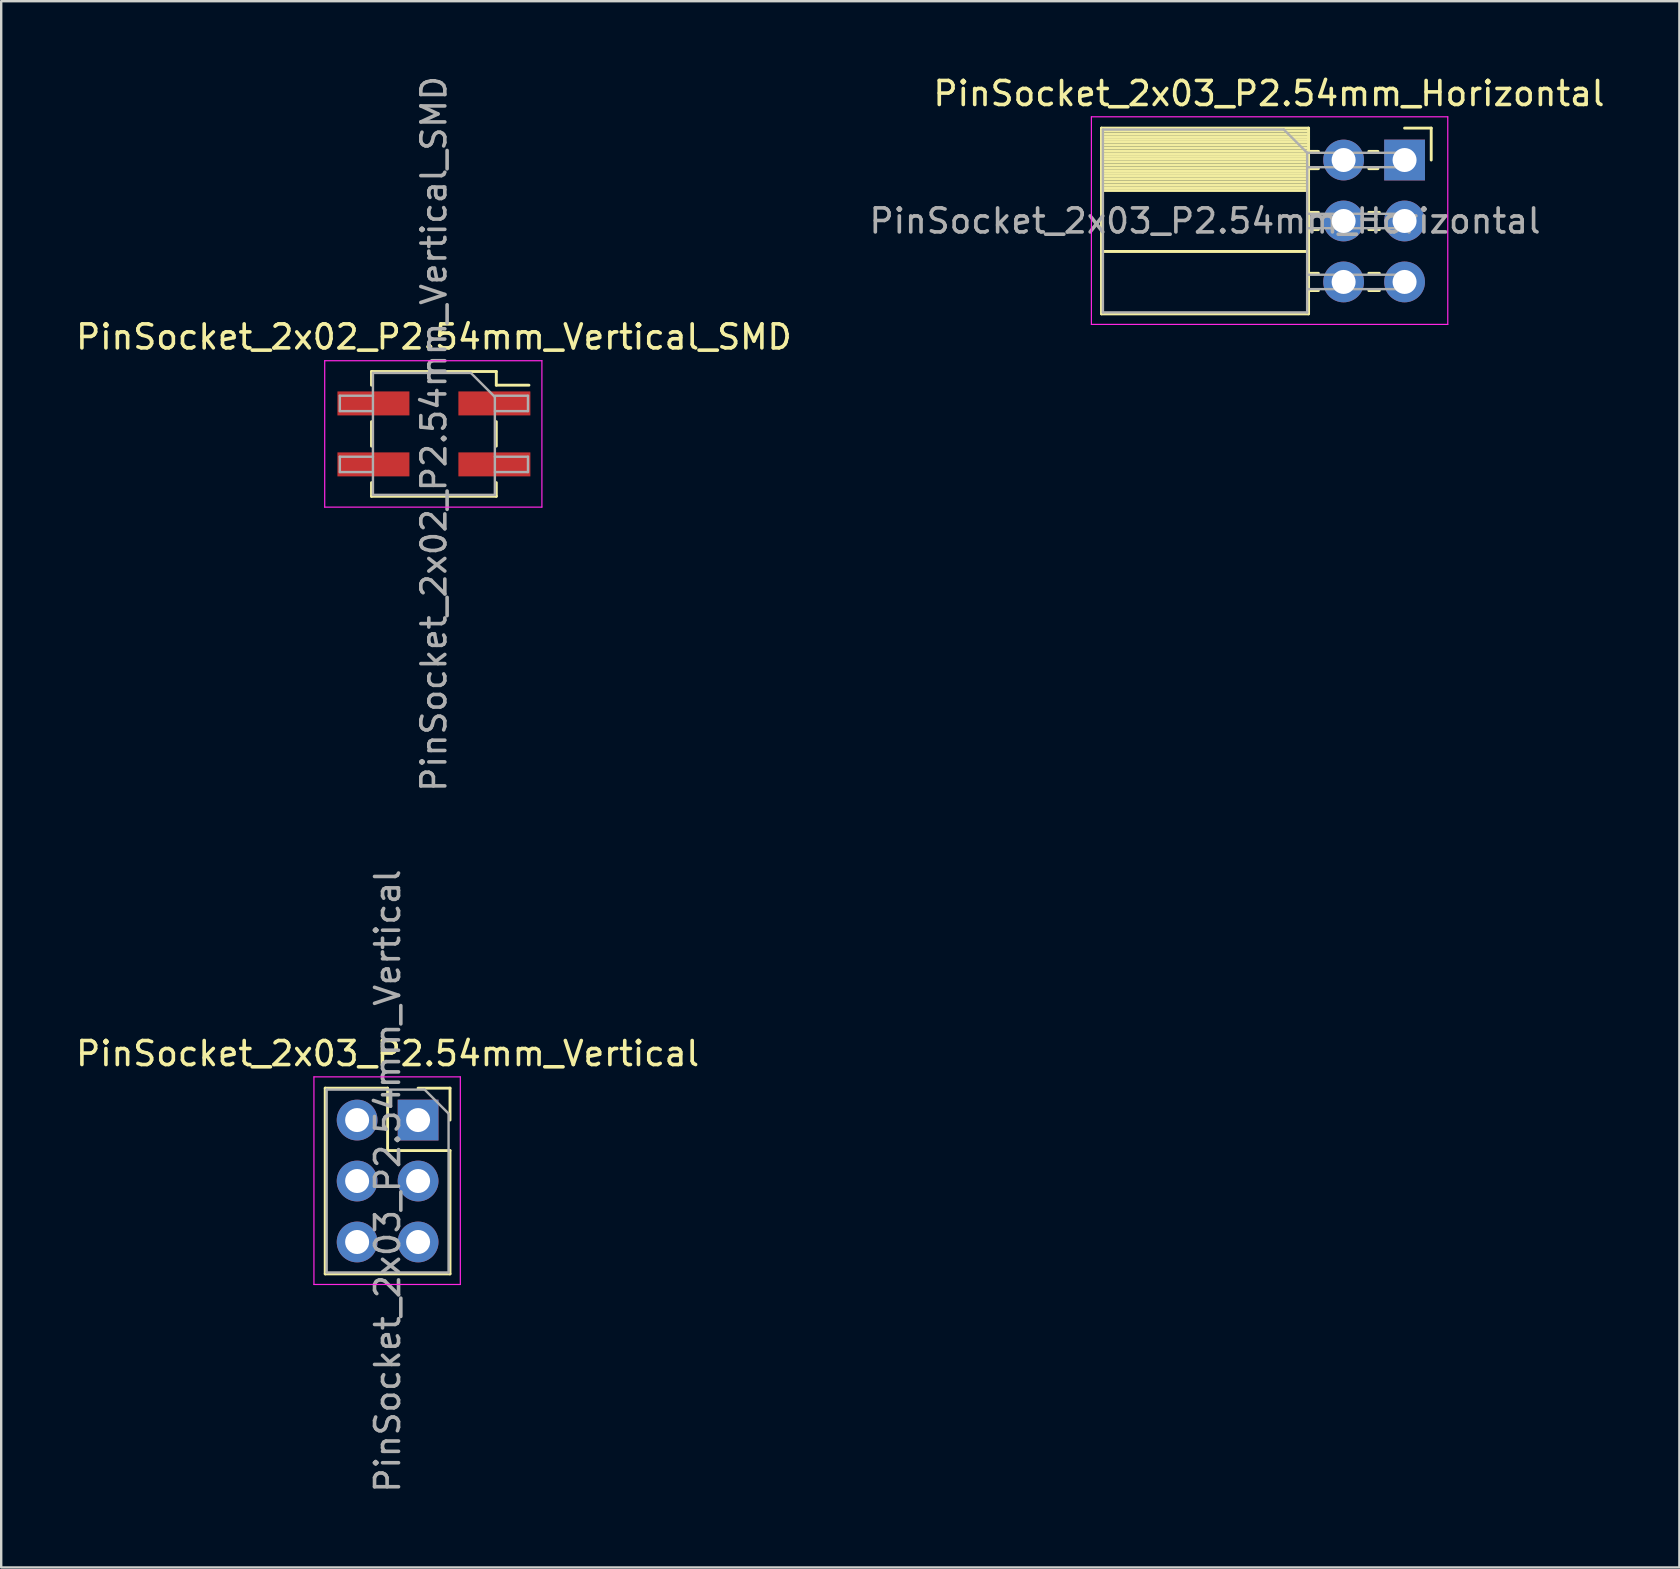
<source format=kicad_pcb>
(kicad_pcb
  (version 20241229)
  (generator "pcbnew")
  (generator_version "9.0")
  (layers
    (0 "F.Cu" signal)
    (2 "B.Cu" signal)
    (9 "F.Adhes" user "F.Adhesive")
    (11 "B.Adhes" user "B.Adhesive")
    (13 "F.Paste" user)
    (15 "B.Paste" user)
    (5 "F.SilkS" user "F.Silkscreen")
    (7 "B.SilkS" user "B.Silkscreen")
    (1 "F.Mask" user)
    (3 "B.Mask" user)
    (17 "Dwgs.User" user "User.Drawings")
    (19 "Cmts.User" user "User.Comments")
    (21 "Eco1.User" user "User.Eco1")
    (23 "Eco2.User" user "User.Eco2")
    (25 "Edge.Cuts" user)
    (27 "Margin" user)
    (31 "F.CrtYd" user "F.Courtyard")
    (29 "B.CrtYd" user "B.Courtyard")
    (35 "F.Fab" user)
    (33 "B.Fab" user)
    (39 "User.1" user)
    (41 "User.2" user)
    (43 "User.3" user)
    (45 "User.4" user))
  (footprint "PinSocket_2x02_P2.54mm_Vertical_SMD"
    (layer "F.Cu")
    (at 15.03 15.03)
    (property "Reference" "PinSocket_2x02_P2.54mm_Vertical_SMD" (at 0 -4.04 0) (layer "F.SilkS") (effects (font (size 1 1) (thickness 0.15))))
    (attr smd)
    (fp_line (start -2.6 -2.6) (end -2.6 -2.03) (stroke (width 0.12) (type solid)) (layer "F.SilkS"))
    (fp_line (start -2.6 -2.6) (end 2.6 -2.6) (stroke (width 0.12) (type solid)) (layer "F.SilkS"))
    (fp_line (start -2.6 -0.51) (end -2.6 0.51) (stroke (width 0.12) (type solid)) (layer "F.SilkS"))
    (fp_line (start -2.6 2.03) (end -2.6 2.6) (stroke (width 0.12) (type solid)) (layer "F.SilkS"))
    (fp_line (start -2.6 2.6) (end 2.6 2.6) (stroke (width 0.12) (type solid)) (layer "F.SilkS"))
    (fp_line (start 2.6 -2.6) (end 2.6 -2.03) (stroke (width 0.12) (type solid)) (layer "F.SilkS"))
    (fp_line (start 2.6 -2.03) (end 3.96 -2.03) (stroke (width 0.12) (type solid)) (layer "F.SilkS"))
    (fp_line (start 2.6 -0.51) (end 2.6 0.51) (stroke (width 0.12) (type solid)) (layer "F.SilkS"))
    (fp_line (start 2.6 2.03) (end 2.6 2.6) (stroke (width 0.12) (type solid)) (layer "F.SilkS"))
    (fp_line (start -4.55 -3.05) (end 4.5 -3.05) (stroke (width 0.05) (type solid)) (layer "F.CrtYd"))
    (fp_line (start -4.55 3.05) (end -4.55 -3.05) (stroke (width 0.05) (type solid)) (layer "F.CrtYd"))
    (fp_line (start 4.5 -3.05) (end 4.5 3.05) (stroke (width 0.05) (type solid)) (layer "F.CrtYd"))
    (fp_line (start 4.5 3.05) (end -4.55 3.05) (stroke (width 0.05) (type solid)) (layer "F.CrtYd"))
    (fp_line (start -3.92 -1.59) (end -2.54 -1.59) (stroke (width 0.1) (type solid)) (layer "F.Fab"))
    (fp_line (start -3.92 -0.95) (end -3.92 -1.59) (stroke (width 0.1) (type solid)) (layer "F.Fab"))
    (fp_line (start -3.92 0.95) (end -2.54 0.95) (stroke (width 0.1) (type solid)) (layer "F.Fab"))
    (fp_line (start -3.92 1.59) (end -3.92 0.95) (stroke (width 0.1) (type solid)) (layer "F.Fab"))
    (fp_line (start -2.54 -2.54) (end 1.54 -2.54) (stroke (width 0.1) (type solid)) (layer "F.Fab"))
    (fp_line (start -2.54 -0.95) (end -3.92 -0.95) (stroke (width 0.1) (type solid)) (layer "F.Fab"))
    (fp_line (start -2.54 1.59) (end -3.92 1.59) (stroke (width 0.1) (type solid)) (layer "F.Fab"))
    (fp_line (start -2.54 2.54) (end -2.54 -2.54) (stroke (width 0.1) (type solid)) (layer "F.Fab"))
    (fp_line (start 1.54 -2.54) (end 2.54 -1.54) (stroke (width 0.1) (type solid)) (layer "F.Fab"))
    (fp_line (start 2.54 -1.59) (end 3.92 -1.59) (stroke (width 0.1) (type solid)) (layer "F.Fab"))
    (fp_line (start 2.54 -1.54) (end 2.54 2.54) (stroke (width 0.1) (type solid)) (layer "F.Fab"))
    (fp_line (start 2.54 0.95) (end 3.92 0.95) (stroke (width 0.1) (type solid)) (layer "F.Fab"))
    (fp_line (start 2.54 2.54) (end -2.54 2.54) (stroke (width 0.1) (type solid)) (layer "F.Fab"))
    (fp_line (start 3.92 -1.59) (end 3.92 -0.95) (stroke (width 0.1) (type solid)) (layer "F.Fab"))
    (fp_line (start 3.92 -0.95) (end 2.54 -0.95) (stroke (width 0.1) (type solid)) (layer "F.Fab"))
    (fp_line (start 3.92 0.95) (end 3.92 1.59) (stroke (width 0.1) (type solid)) (layer "F.Fab"))
    (fp_line (start 3.92 1.59) (end 2.54 1.59) (stroke (width 0.1) (type solid)) (layer "F.Fab"))
    (fp_text user "${REFERENCE}" (at 0 0 90) (layer "F.Fab") (effects (font (size 1 1) (thickness 0.15))))
    (pad "1" smd rect (at 2.52 -1.27) (size 3 1) (layers "F.Cu" "F.Mask" "F.Paste"))
    (pad "2" smd rect (at -2.52 -1.27) (size 3 1) (layers "F.Cu" "F.Mask" "F.Paste"))
    (pad "3" smd rect (at 2.52 1.27) (size 3 1) (layers "F.Cu" "F.Mask" "F.Paste"))
    (pad "4" smd rect (at -2.52 1.27) (size 3 1) (layers "F.Cu" "F.Mask" "F.Paste")))
  (footprint "PinSocket_2x03_P2.54mm_Horizontal"
    (layer "F.Cu")
    (at 55.476 3.618)
    (property "Reference" "PinSocket_2x03_P2.54mm_Horizontal" (at -5.65 -2.77 0) (layer "F.SilkS") (effects (font (size 1 1) (thickness 0.15))))
    (attr through_hole)
    (fp_line (start -12.63 -1.33) (end -12.63 6.41) (stroke (width 0.12) (type solid)) (layer "F.SilkS"))
    (fp_line (start -12.63 -1.33) (end -4 -1.33) (stroke (width 0.12) (type solid)) (layer "F.SilkS"))
    (fp_line (start -12.63 -1.21) (end -4 -1.21) (stroke (width 0.12) (type solid)) (layer "F.SilkS"))
    (fp_line (start -12.63 -1.092) (end -4 -1.092) (stroke (width 0.12) (type solid)) (layer "F.SilkS"))
    (fp_line (start -12.63 -0.974) (end -4 -0.974) (stroke (width 0.12) (type solid)) (layer "F.SilkS"))
    (fp_line (start -12.63 -0.856) (end -4 -0.856) (stroke (width 0.12) (type solid)) (layer "F.SilkS"))
    (fp_line (start -12.63 -0.738) (end -4 -0.738) (stroke (width 0.12) (type solid)) (layer "F.SilkS"))
    (fp_line (start -12.63 -0.62) (end -4 -0.62) (stroke (width 0.12) (type solid)) (layer "F.SilkS"))
    (fp_line (start -12.63 -0.501) (end -4 -0.501) (stroke (width 0.12) (type solid)) (layer "F.SilkS"))
    (fp_line (start -12.63 -0.383) (end -4 -0.383) (stroke (width 0.12) (type solid)) (layer "F.SilkS"))
    (fp_line (start -12.63 -0.265) (end -4 -0.265) (stroke (width 0.12) (type solid)) (layer "F.SilkS"))
    (fp_line (start -12.63 -0.147) (end -4 -0.147) (stroke (width 0.12) (type solid)) (layer "F.SilkS"))
    (fp_line (start -12.63 -0.029) (end -4 -0.029) (stroke (width 0.12) (type solid)) (layer "F.SilkS"))
    (fp_line (start -12.63 0.089) (end -4 0.089) (stroke (width 0.12) (type solid)) (layer "F.SilkS"))
    (fp_line (start -12.63 0.207) (end -4 0.207) (stroke (width 0.12) (type solid)) (layer "F.SilkS"))
    (fp_line (start -12.63 0.325) (end -4 0.325) (stroke (width 0.12) (type solid)) (layer "F.SilkS"))
    (fp_line (start -12.63 0.443) (end -4 0.443) (stroke (width 0.12) (type solid)) (layer "F.SilkS"))
    (fp_line (start -12.63 0.561) (end -4 0.561) (stroke (width 0.12) (type solid)) (layer "F.SilkS"))
    (fp_line (start -12.63 0.68) (end -4 0.68) (stroke (width 0.12) (type solid)) (layer "F.SilkS"))
    (fp_line (start -12.63 0.798) (end -4 0.798) (stroke (width 0.12) (type solid)) (layer "F.SilkS"))
    (fp_line (start -12.63 0.916) (end -4 0.916) (stroke (width 0.12) (type solid)) (layer "F.SilkS"))
    (fp_line (start -12.63 1.034) (end -4 1.034) (stroke (width 0.12) (type solid)) (layer "F.SilkS"))
    (fp_line (start -12.63 1.152) (end -4 1.152) (stroke (width 0.12) (type solid)) (layer "F.SilkS"))
    (fp_line (start -12.63 1.27) (end -4 1.27) (stroke (width 0.12) (type solid)) (layer "F.SilkS"))
    (fp_line (start -12.63 3.81) (end -4 3.81) (stroke (width 0.12) (type solid)) (layer "F.SilkS"))
    (fp_line (start -12.63 6.41) (end -4 6.41) (stroke (width 0.12) (type solid)) (layer "F.SilkS"))
    (fp_line (start -4 -1.33) (end -4 6.41) (stroke (width 0.12) (type solid)) (layer "F.SilkS"))
    (fp_line (start -4 -0.36) (end -3.59 -0.36) (stroke (width 0.12) (type solid)) (layer "F.SilkS"))
    (fp_line (start -4 0.36) (end -3.59 0.36) (stroke (width 0.12) (type solid)) (layer "F.SilkS"))
    (fp_line (start -4 2.18) (end -3.59 2.18) (stroke (width 0.12) (type solid)) (layer "F.SilkS"))
    (fp_line (start -4 2.9) (end -3.59 2.9) (stroke (width 0.12) (type solid)) (layer "F.SilkS"))
    (fp_line (start -4 4.72) (end -3.59 4.72) (stroke (width 0.12) (type solid)) (layer "F.SilkS"))
    (fp_line (start -4 5.44) (end -3.59 5.44) (stroke (width 0.12) (type solid)) (layer "F.SilkS"))
    (fp_line (start -1.49 -0.36) (end -1.11 -0.36) (stroke (width 0.12) (type solid)) (layer "F.SilkS"))
    (fp_line (start -1.49 0.36) (end -1.11 0.36) (stroke (width 0.12) (type solid)) (layer "F.SilkS"))
    (fp_line (start -1.49 2.18) (end -1.05 2.18) (stroke (width 0.12) (type solid)) (layer "F.SilkS"))
    (fp_line (start -1.49 2.9) (end -1.05 2.9) (stroke (width 0.12) (type solid)) (layer "F.SilkS"))
    (fp_line (start -1.49 4.72) (end -1.05 4.72) (stroke (width 0.12) (type solid)) (layer "F.SilkS"))
    (fp_line (start -1.49 5.44) (end -1.05 5.44) (stroke (width 0.12) (type solid)) (layer "F.SilkS"))
    (fp_line (start 0 -1.33) (end 1.11 -1.33) (stroke (width 0.12) (type solid)) (layer "F.SilkS"))
    (fp_line (start 1.11 -1.33) (end 1.11 0) (stroke (width 0.12) (type solid)) (layer "F.SilkS"))
    (fp_line (start -13.05 -1.8) (end -13.05 6.85) (stroke (width 0.05) (type solid)) (layer "F.CrtYd"))
    (fp_line (start -13.05 6.85) (end 1.8 6.85) (stroke (width 0.05) (type solid)) (layer "F.CrtYd"))
    (fp_line (start 1.8 -1.8) (end -13.05 -1.8) (stroke (width 0.05) (type solid)) (layer "F.CrtYd"))
    (fp_line (start 1.8 6.85) (end 1.8 -1.8) (stroke (width 0.05) (type solid)) (layer "F.CrtYd"))
    (fp_line (start -12.57 -1.27) (end -5.03 -1.27) (stroke (width 0.1) (type solid)) (layer "F.Fab"))
    (fp_line (start -12.57 6.35) (end -12.57 -1.27) (stroke (width 0.1) (type solid)) (layer "F.Fab"))
    (fp_line (start -5.03 -1.27) (end -4.06 -0.3) (stroke (width 0.1) (type solid)) (layer "F.Fab"))
    (fp_line (start -4.06 -0.3) (end -4.06 6.35) (stroke (width 0.1) (type solid)) (layer "F.Fab"))
    (fp_line (start -4.06 0.3) (end 0 0.3) (stroke (width 0.1) (type solid)) (layer "F.Fab"))
    (fp_line (start -4.06 2.84) (end 0 2.84) (stroke (width 0.1) (type solid)) (layer "F.Fab"))
    (fp_line (start -4.06 5.38) (end 0 5.38) (stroke (width 0.1) (type solid)) (layer "F.Fab"))
    (fp_line (start -4.06 6.35) (end -12.57 6.35) (stroke (width 0.1) (type solid)) (layer "F.Fab"))
    (fp_line (start 0 -0.3) (end -4.06 -0.3) (stroke (width 0.1) (type solid)) (layer "F.Fab"))
    (fp_line (start 0 0.3) (end 0 -0.3) (stroke (width 0.1) (type solid)) (layer "F.Fab"))
    (fp_line (start 0 2.24) (end -4.06 2.24) (stroke (width 0.1) (type solid)) (layer "F.Fab"))
    (fp_line (start 0 2.84) (end 0 2.24) (stroke (width 0.1) (type solid)) (layer "F.Fab"))
    (fp_line (start 0 4.78) (end -4.06 4.78) (stroke (width 0.1) (type solid)) (layer "F.Fab"))
    (fp_line (start 0 5.38) (end 0 4.78) (stroke (width 0.1) (type solid)) (layer "F.Fab"))
    (fp_text user "${REFERENCE}" (at -8.315 2.54 0) (layer "F.Fab") (effects (font (size 1 1) (thickness 0.15))))
    (pad "1" thru_hole rect (at 0 0) (size 1.7 1.7) (drill 1) (layers "*.Cu" "*.Mask"))
    (pad "2" thru_hole oval (at -2.54 0) (size 1.7 1.7) (drill 1) (layers "*.Cu" "*.Mask"))
    (pad "3" thru_hole oval (at 0 2.54) (size 1.7 1.7) (drill 1) (layers "*.Cu" "*.Mask"))
    (pad "4" thru_hole oval (at -2.54 2.54) (size 1.7 1.7) (drill 1) (layers "*.Cu" "*.Mask"))
    (pad "5" thru_hole oval (at 0 5.08) (size 1.7 1.7) (drill 1) (layers "*.Cu" "*.Mask"))
    (pad "6" thru_hole oval (at -2.54 5.08) (size 1.7 1.7) (drill 1) (layers "*.Cu" "*.Mask")))
  (footprint "PinSocket_2x03_P2.54mm_Vertical"
    (layer "F.Cu")
    (at 14.371 43.621)
    (property "Reference" "PinSocket_2x03_P2.54mm_Vertical" (at -1.27 -2.77 0) (layer "F.SilkS") (effects (font (size 1 1) (thickness 0.15))))
    (attr through_hole)
    (fp_line (start -3.87 -1.33) (end -3.87 6.41) (stroke (width 0.12) (type solid)) (layer "F.SilkS"))
    (fp_line (start -3.87 -1.33) (end -1.27 -1.33) (stroke (width 0.12) (type solid)) (layer "F.SilkS"))
    (fp_line (start -3.87 6.41) (end 1.33 6.41) (stroke (width 0.12) (type solid)) (layer "F.SilkS"))
    (fp_line (start -1.27 -1.33) (end -1.27 1.27) (stroke (width 0.12) (type solid)) (layer "F.SilkS"))
    (fp_line (start -1.27 1.27) (end 1.33 1.27) (stroke (width 0.12) (type solid)) (layer "F.SilkS"))
    (fp_line (start 0 -1.33) (end 1.33 -1.33) (stroke (width 0.12) (type solid)) (layer "F.SilkS"))
    (fp_line (start 1.33 -1.33) (end 1.33 0) (stroke (width 0.12) (type solid)) (layer "F.SilkS"))
    (fp_line (start 1.33 1.27) (end 1.33 6.41) (stroke (width 0.12) (type solid)) (layer "F.SilkS"))
    (fp_line (start -4.34 -1.8) (end 1.76 -1.8) (stroke (width 0.05) (type solid)) (layer "F.CrtYd"))
    (fp_line (start -4.34 6.85) (end -4.34 -1.8) (stroke (width 0.05) (type solid)) (layer "F.CrtYd"))
    (fp_line (start 1.76 -1.8) (end 1.76 6.85) (stroke (width 0.05) (type solid)) (layer "F.CrtYd"))
    (fp_line (start 1.76 6.85) (end -4.34 6.85) (stroke (width 0.05) (type solid)) (layer "F.CrtYd"))
    (fp_line (start -3.81 -1.27) (end 0.27 -1.27) (stroke (width 0.1) (type solid)) (layer "F.Fab"))
    (fp_line (start -3.81 6.35) (end -3.81 -1.27) (stroke (width 0.1) (type solid)) (layer "F.Fab"))
    (fp_line (start 0.27 -1.27) (end 1.27 -0.27) (stroke (width 0.1) (type solid)) (layer "F.Fab"))
    (fp_line (start 1.27 -0.27) (end 1.27 6.35) (stroke (width 0.1) (type solid)) (layer "F.Fab"))
    (fp_line (start 1.27 6.35) (end -3.81 6.35) (stroke (width 0.1) (type solid)) (layer "F.Fab"))
    (fp_text user "${REFERENCE}" (at -1.27 2.54 90) (layer "F.Fab") (effects (font (size 1 1) (thickness 0.15))))
    (pad "1" thru_hole rect (at 0 0) (size 1.7 1.7) (drill 1) (layers "*.Cu" "*.Mask"))
    (pad "2" thru_hole oval (at -2.54 0) (size 1.7 1.7) (drill 1) (layers "*.Cu" "*.Mask"))
    (pad "3" thru_hole oval (at 0 2.54) (size 1.7 1.7) (drill 1) (layers "*.Cu" "*.Mask"))
    (pad "4" thru_hole oval (at -2.54 2.54) (size 1.7 1.7) (drill 1) (layers "*.Cu" "*.Mask"))
    (pad "5" thru_hole oval (at 0 5.08) (size 1.7 1.7) (drill 1) (layers "*.Cu" "*.Mask"))
    (pad "6" thru_hole oval (at -2.54 5.08) (size 1.7 1.7) (drill 1) (layers "*.Cu" "*.Mask")))
  (gr_rect
    (start -3 -3)
    (end 66.927 62.262)
    (stroke (width 0.1) (type default))
    (fill no)
    (layer "Edge.Cuts")))
</source>
